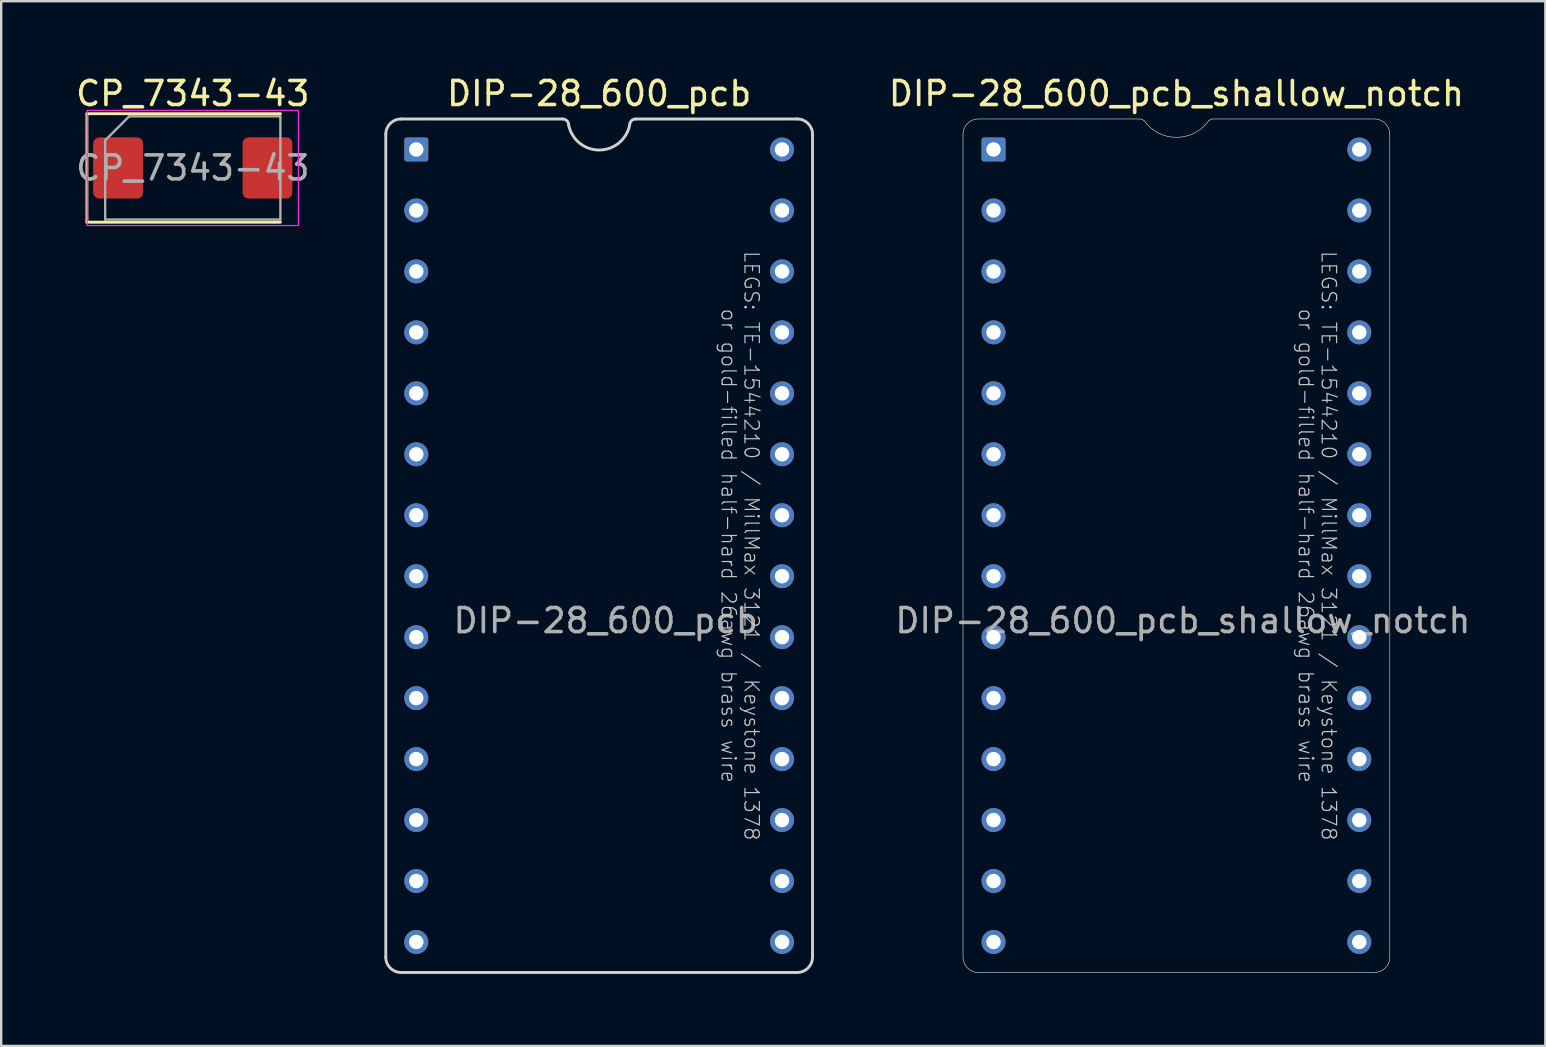
<source format=kicad_pcb>
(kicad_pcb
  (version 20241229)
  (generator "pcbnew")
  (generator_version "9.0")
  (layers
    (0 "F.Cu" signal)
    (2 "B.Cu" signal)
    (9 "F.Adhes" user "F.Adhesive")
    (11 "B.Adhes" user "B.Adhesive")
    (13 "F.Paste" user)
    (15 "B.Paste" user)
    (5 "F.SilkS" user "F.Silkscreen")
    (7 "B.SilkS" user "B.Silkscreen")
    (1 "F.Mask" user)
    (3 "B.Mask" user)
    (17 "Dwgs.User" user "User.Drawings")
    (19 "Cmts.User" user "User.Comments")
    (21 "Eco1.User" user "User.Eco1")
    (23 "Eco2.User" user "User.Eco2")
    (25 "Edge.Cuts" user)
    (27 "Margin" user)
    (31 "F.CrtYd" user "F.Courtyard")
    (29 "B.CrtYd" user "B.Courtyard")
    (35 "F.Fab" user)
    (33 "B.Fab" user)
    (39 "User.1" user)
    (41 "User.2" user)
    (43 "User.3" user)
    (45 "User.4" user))
  (footprint "DIP-28_600_pcb_shallow_notch"
    (layer "F.Cu")
    (at 45.965 19.688)
    (property "Reference" "DIP-28_600_pcb_shallow_notch" (at 0 -18.84 0) (layer "F.SilkS") (effects (font (size 1 1) (thickness 0.15))))
    (attr through_hole)
    (fp_line (start -8.89 17.145) (end -8.89 -17.145) (stroke (width 0.025) (type solid)) (layer "Edge.Cuts"))
    (fp_line (start -8.255 -17.78) (end -1.524 -17.78) (stroke (width 0.025) (type solid)) (layer "Edge.Cuts"))
    (fp_line (start 1.524 -17.78) (end 8.255 -17.78) (stroke (width 0.025) (type solid)) (layer "Edge.Cuts"))
    (fp_line (start 8.255 17.78) (end -8.255 17.78) (stroke (width 0.025) (type solid)) (layer "Edge.Cuts"))
    (fp_line (start 8.89 -17.145) (end 8.89 17.145) (stroke (width 0.025) (type solid)) (layer "Edge.Cuts"))
    (fp_arc (start -8.89 -17.145) (mid -8.704013 -17.594013) (end -8.255 -17.78) (stroke (width 0.0254) (type solid)) (layer "Edge.Cuts"))
    (fp_arc (start -8.255 17.78) (mid -8.704013 17.594013) (end -8.89 17.145) (stroke (width 0.0254) (type solid)) (layer "Edge.Cuts"))
    (fp_arc (start -1.524 -17.78) (mid -1.426798 -17.760665) (end -1.344395 -17.705605) (stroke (width 0.0254) (type default)) (layer "Edge.Cuts"))
    (fp_arc (start 1.344395 -17.705605) (mid 0 -17.015057) (end -1.344395 -17.705605) (stroke (width 0.0254) (type default)) (layer "Edge.Cuts"))
    (fp_arc (start 1.344395 -17.705605) (mid 1.426798 -17.760665) (end 1.524 -17.78) (stroke (width 0.0254) (type default)) (layer "Edge.Cuts"))
    (fp_arc (start 8.255 -17.78) (mid 8.704013 -17.594013) (end 8.89 -17.145) (stroke (width 0.0254) (type solid)) (layer "Edge.Cuts"))
    (fp_arc (start 8.89 17.145) (mid 8.704013 17.594013) (end 8.255 17.78) (stroke (width 0.0254) (type solid)) (layer "Edge.Cuts"))
    (fp_text user "or gold-filled half-hard 26awg brass wire" (at 5.397 0 270) (unlocked yes) (layer "Dwgs.User") (effects (font (size 0.6 0.6) (thickness 0.05))))
    (fp_text user "LEGS: TE-1544210 / MillMax 3121 / Keystone 1378" (at 6.35 0 270) (unlocked yes) (layer "Dwgs.User") (effects (font (size 0.6 0.6) (thickness 0.05))))
    (fp_text user "${REFERENCE}" (at 0.27 3.12 0) (layer "F.Fab") (effects (font (size 1 1) (thickness 0.15))))
    (pad "1" thru_hole roundrect (at -7.62 -16.51) (size 1 1) (drill 0.6) (layers "*.Cu" "*.Mask") (roundrect_rratio 0.1))
    (pad "2" thru_hole circle (at -7.62 -13.97) (size 1 1) (drill 0.6) (layers "*.Cu" "*.Mask"))
    (pad "3" thru_hole circle (at -7.62 -11.43) (size 1 1) (drill 0.6) (layers "*.Cu" "*.Mask"))
    (pad "4" thru_hole circle (at -7.62 -8.89) (size 1 1) (drill 0.6) (layers "*.Cu" "*.Mask"))
    (pad "5" thru_hole circle (at -7.62 -6.35) (size 1 1) (drill 0.6) (layers "*.Cu" "*.Mask"))
    (pad "6" thru_hole circle (at -7.62 -3.81) (size 1 1) (drill 0.6) (layers "*.Cu" "*.Mask"))
    (pad "7" thru_hole circle (at -7.62 -1.27) (size 1 1) (drill 0.6) (layers "*.Cu" "*.Mask"))
    (pad "8" thru_hole circle (at -7.62 1.27) (size 1 1) (drill 0.6) (layers "*.Cu" "*.Mask"))
    (pad "9" thru_hole circle (at -7.62 3.81) (size 1 1) (drill 0.6) (layers "*.Cu" "*.Mask"))
    (pad "10" thru_hole circle (at -7.62 6.35) (size 1 1) (drill 0.6) (layers "*.Cu" "*.Mask"))
    (pad "11" thru_hole circle (at -7.62 8.89) (size 1 1) (drill 0.6) (layers "*.Cu" "*.Mask"))
    (pad "12" thru_hole circle (at -7.62 11.43) (size 1 1) (drill 0.6) (layers "*.Cu" "*.Mask"))
    (pad "13" thru_hole circle (at -7.62 13.97) (size 1 1) (drill 0.6) (layers "*.Cu" "*.Mask"))
    (pad "14" thru_hole circle (at -7.62 16.51) (size 1 1) (drill 0.6) (layers "*.Cu" "*.Mask"))
    (pad "15" thru_hole circle (at 7.62 16.51) (size 1 1) (drill 0.6) (layers "*.Cu" "*.Mask"))
    (pad "16" thru_hole circle (at 7.62 13.97) (size 1 1) (drill 0.6) (layers "*.Cu" "*.Mask"))
    (pad "17" thru_hole circle (at 7.62 11.43) (size 1 1) (drill 0.6) (layers "*.Cu" "*.Mask"))
    (pad "18" thru_hole circle (at 7.62 8.89) (size 1 1) (drill 0.6) (layers "*.Cu" "*.Mask"))
    (pad "19" thru_hole circle (at 7.62 6.35) (size 1 1) (drill 0.6) (layers "*.Cu" "*.Mask"))
    (pad "20" thru_hole circle (at 7.62 3.81) (size 1 1) (drill 0.6) (layers "*.Cu" "*.Mask"))
    (pad "21" thru_hole circle (at 7.62 1.27) (size 1 1) (drill 0.6) (layers "*.Cu" "*.Mask"))
    (pad "22" thru_hole circle (at 7.62 -1.27) (size 1 1) (drill 0.6) (layers "*.Cu" "*.Mask"))
    (pad "23" thru_hole circle (at 7.62 -3.81) (size 1 1) (drill 0.6) (layers "*.Cu" "*.Mask"))
    (pad "24" thru_hole circle (at 7.62 -6.35) (size 1 1) (drill 0.6) (layers "*.Cu" "*.Mask"))
    (pad "25" thru_hole circle (at 7.62 -8.89) (size 1 1) (drill 0.6) (layers "*.Cu" "*.Mask"))
    (pad "26" thru_hole circle (at 7.62 -11.43) (size 1 1) (drill 0.6) (layers "*.Cu" "*.Mask"))
    (pad "27" thru_hole circle (at 7.62 -13.97) (size 1 1) (drill 0.6) (layers "*.Cu" "*.Mask"))
    (pad "28" thru_hole circle (at 7.62 -16.51) (size 1 1) (drill 0.6) (layers "*.Cu" "*.Mask")))
  (footprint "DIP-28_600_pcb"
    (layer "F.Cu")
    (at 21.914 19.688)
    (property "Reference" "DIP-28_600_pcb" (at 0 -18.84 0) (layer "F.SilkS") (effects (font (size 1 1) (thickness 0.15))))
    (attr through_hole)
    (fp_line (start -8.89 17.145) (end -8.89 -17.145) (stroke (width 0.12) (type solid)) (layer "Edge.Cuts"))
    (fp_line (start -8.255 -17.78) (end -1.524 -17.78) (stroke (width 0.12) (type solid)) (layer "Edge.Cuts"))
    (fp_line (start 1.524 -17.78) (end 8.255 -17.78) (stroke (width 0.12) (type solid)) (layer "Edge.Cuts"))
    (fp_line (start 8.255 17.78) (end -8.255 17.78) (stroke (width 0.12) (type solid)) (layer "Edge.Cuts"))
    (fp_line (start 8.89 -17.145) (end 8.89 17.145) (stroke (width 0.12) (type solid)) (layer "Edge.Cuts"))
    (fp_arc (start -8.89 -17.145) (mid -8.704013 -17.594013) (end -8.255 -17.78) (stroke (width 0.12) (type solid)) (layer "Edge.Cuts"))
    (fp_arc (start -8.255 17.78) (mid -8.704013 17.594013) (end -8.89 17.145) (stroke (width 0.12) (type solid)) (layer "Edge.Cuts"))
    (fp_arc (start -1.524 -17.78) (mid -1.344395 -17.705605) (end -1.27 -17.526) (stroke (width 0.12) (type solid)) (layer "Edge.Cuts"))
    (fp_arc (start 1.27 -17.526) (mid 0 -16.486909) (end -1.27 -17.526) (stroke (width 0.12) (type solid)) (layer "Edge.Cuts"))
    (fp_arc (start 1.27 -17.526) (mid 1.344395 -17.705605) (end 1.524 -17.78) (stroke (width 0.12) (type solid)) (layer "Edge.Cuts"))
    (fp_arc (start 8.255 -17.78) (mid 8.704013 -17.594013) (end 8.89 -17.145) (stroke (width 0.12) (type solid)) (layer "Edge.Cuts"))
    (fp_arc (start 8.89 17.145) (mid 8.704013 17.594013) (end 8.255 17.78) (stroke (width 0.12) (type solid)) (layer "Edge.Cuts"))
    (fp_text user "LEGS: TE-1544210 / MillMax 3121 / Keystone 1378" (at 6.35 0 270) (unlocked yes) (layer "Dwgs.User") (effects (font (size 0.6 0.6) (thickness 0.05))))
    (fp_text user "or gold-filled half-hard 26awg brass wire" (at 5.397 0 270) (unlocked yes) (layer "Dwgs.User") (effects (font (size 0.6 0.6) (thickness 0.05))))
    (fp_text user "${REFERENCE}" (at 0.27 3.12 0) (layer "F.Fab") (effects (font (size 1 1) (thickness 0.15))))
    (pad "1" thru_hole roundrect (at -7.62 -16.51) (size 1 1) (drill 0.6) (layers "*.Cu" "*.Mask") (roundrect_rratio 0.1))
    (pad "2" thru_hole circle (at -7.62 -13.97) (size 1 1) (drill 0.6) (layers "*.Cu" "*.Mask"))
    (pad "3" thru_hole circle (at -7.62 -11.43) (size 1 1) (drill 0.6) (layers "*.Cu" "*.Mask"))
    (pad "4" thru_hole circle (at -7.62 -8.89) (size 1 1) (drill 0.6) (layers "*.Cu" "*.Mask"))
    (pad "5" thru_hole circle (at -7.62 -6.35) (size 1 1) (drill 0.6) (layers "*.Cu" "*.Mask"))
    (pad "6" thru_hole circle (at -7.62 -3.81) (size 1 1) (drill 0.6) (layers "*.Cu" "*.Mask"))
    (pad "7" thru_hole circle (at -7.62 -1.27) (size 1 1) (drill 0.6) (layers "*.Cu" "*.Mask"))
    (pad "8" thru_hole circle (at -7.62 1.27) (size 1 1) (drill 0.6) (layers "*.Cu" "*.Mask"))
    (pad "9" thru_hole circle (at -7.62 3.81) (size 1 1) (drill 0.6) (layers "*.Cu" "*.Mask"))
    (pad "10" thru_hole circle (at -7.62 6.35) (size 1 1) (drill 0.6) (layers "*.Cu" "*.Mask"))
    (pad "11" thru_hole circle (at -7.62 8.89) (size 1 1) (drill 0.6) (layers "*.Cu" "*.Mask"))
    (pad "12" thru_hole circle (at -7.62 11.43) (size 1 1) (drill 0.6) (layers "*.Cu" "*.Mask"))
    (pad "13" thru_hole circle (at -7.62 13.97) (size 1 1) (drill 0.6) (layers "*.Cu" "*.Mask"))
    (pad "14" thru_hole circle (at -7.62 16.51) (size 1 1) (drill 0.6) (layers "*.Cu" "*.Mask"))
    (pad "15" thru_hole circle (at 7.62 16.51) (size 1 1) (drill 0.6) (layers "*.Cu" "*.Mask"))
    (pad "16" thru_hole circle (at 7.62 13.97) (size 1 1) (drill 0.6) (layers "*.Cu" "*.Mask"))
    (pad "17" thru_hole circle (at 7.62 11.43) (size 1 1) (drill 0.6) (layers "*.Cu" "*.Mask"))
    (pad "18" thru_hole circle (at 7.62 8.89) (size 1 1) (drill 0.6) (layers "*.Cu" "*.Mask"))
    (pad "19" thru_hole circle (at 7.62 6.35) (size 1 1) (drill 0.6) (layers "*.Cu" "*.Mask"))
    (pad "20" thru_hole circle (at 7.62 3.81) (size 1 1) (drill 0.6) (layers "*.Cu" "*.Mask"))
    (pad "21" thru_hole circle (at 7.62 1.27) (size 1 1) (drill 0.6) (layers "*.Cu" "*.Mask"))
    (pad "22" thru_hole circle (at 7.62 -1.27) (size 1 1) (drill 0.6) (layers "*.Cu" "*.Mask"))
    (pad "23" thru_hole circle (at 7.62 -3.81) (size 1 1) (drill 0.6) (layers "*.Cu" "*.Mask"))
    (pad "24" thru_hole circle (at 7.62 -6.35) (size 1 1) (drill 0.6) (layers "*.Cu" "*.Mask"))
    (pad "25" thru_hole circle (at 7.62 -8.89) (size 1 1) (drill 0.6) (layers "*.Cu" "*.Mask"))
    (pad "26" thru_hole circle (at 7.62 -11.43) (size 1 1) (drill 0.6) (layers "*.Cu" "*.Mask"))
    (pad "27" thru_hole circle (at 7.62 -13.97) (size 1 1) (drill 0.6) (layers "*.Cu" "*.Mask"))
    (pad "28" thru_hole circle (at 7.62 -16.51) (size 1 1) (drill 0.6) (layers "*.Cu" "*.Mask")))
  (footprint "CP_7343-43"
    (layer "F.Cu")
    (at 4.982 3.948)
    (property "Reference" "CP_7343-43" (at 0 -3.1 0) (layer "F.SilkS") (effects (font (size 1 1) (thickness 0.15))))
    (attr smd)
    (fp_line (start -4.41 -2.26) (end -4.41 2.26) (stroke (width 0.12) (type solid)) (layer "F.SilkS"))
    (fp_line (start -4.41 2.26) (end 3.65 2.26) (stroke (width 0.12) (type solid)) (layer "F.SilkS"))
    (fp_line (start 3.65 -2.26) (end -4.41 -2.26) (stroke (width 0.12) (type solid)) (layer "F.SilkS"))
    (fp_line (start -4.4 -2.4) (end 4.4 -2.4) (stroke (width 0.05) (type solid)) (layer "F.CrtYd"))
    (fp_line (start -4.4 2.4) (end -4.4 -2.4) (stroke (width 0.05) (type solid)) (layer "F.CrtYd"))
    (fp_line (start 4.4 -2.4) (end 4.4 2.4) (stroke (width 0.05) (type solid)) (layer "F.CrtYd"))
    (fp_line (start 4.4 2.4) (end -4.4 2.4) (stroke (width 0.05) (type solid)) (layer "F.CrtYd"))
    (fp_line (start -3.65 -1.15) (end -3.65 2.15) (stroke (width 0.1) (type solid)) (layer "F.Fab"))
    (fp_line (start -3.65 2.15) (end 3.65 2.15) (stroke (width 0.1) (type solid)) (layer "F.Fab"))
    (fp_line (start -2.65 -2.15) (end -3.65 -1.15) (stroke (width 0.1) (type solid)) (layer "F.Fab"))
    (fp_line (start 3.65 -2.15) (end -2.65 -2.15) (stroke (width 0.1) (type solid)) (layer "F.Fab"))
    (fp_line (start 3.65 2.15) (end 3.65 -2.15) (stroke (width 0.1) (type solid)) (layer "F.Fab"))
    (fp_text user "${REFERENCE}" (at 0 0 0) (layer "F.Fab") (effects (font (size 1 1) (thickness 0.15))))
    (pad "1" smd roundrect (at -3.112 0) (size 2.075 2.55) (layers "F.Cu" "F.Mask" "F.Paste") (roundrect_rratio 0.12))
    (pad "2" smd roundrect (at 3.112 0) (size 2.075 2.55) (layers "F.Cu" "F.Mask" "F.Paste") (roundrect_rratio 0.12)))
  (gr_rect
    (start -3 -3)
    (end 61.337 40.528)
    (stroke (width 0.1) (type default))
    (fill no)
    (layer "Edge.Cuts")))
</source>
